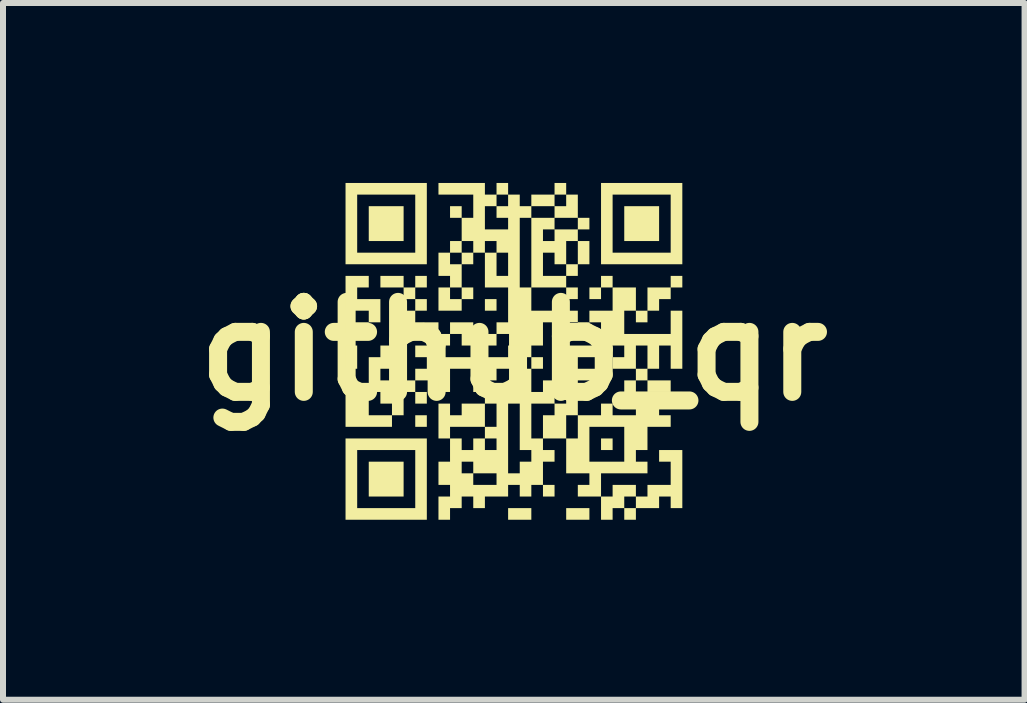
<source format=kicad_pcb>
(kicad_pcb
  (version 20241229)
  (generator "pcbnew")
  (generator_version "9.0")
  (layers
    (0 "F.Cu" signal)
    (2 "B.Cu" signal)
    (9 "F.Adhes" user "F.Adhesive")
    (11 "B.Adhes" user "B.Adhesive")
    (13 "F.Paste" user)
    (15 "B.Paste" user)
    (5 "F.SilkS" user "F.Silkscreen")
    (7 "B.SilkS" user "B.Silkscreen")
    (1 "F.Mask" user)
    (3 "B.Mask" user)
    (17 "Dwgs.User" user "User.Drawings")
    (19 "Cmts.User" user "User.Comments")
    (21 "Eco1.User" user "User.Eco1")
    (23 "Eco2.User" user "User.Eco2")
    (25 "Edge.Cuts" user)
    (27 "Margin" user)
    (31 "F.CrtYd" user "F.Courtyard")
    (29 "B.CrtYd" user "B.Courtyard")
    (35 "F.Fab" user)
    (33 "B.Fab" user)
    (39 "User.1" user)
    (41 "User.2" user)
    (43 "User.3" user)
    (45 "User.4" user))
  (footprint "github_qr"
    (layer "F.Cu")
    (at 5.514 2.804)
    (property "Reference" "github_qr" (at 0 0 0) (layer "F.SilkS") (effects (font (size 1.5 1.5) (thickness 0.3))))
    (attr board_only exclude_from_pos_files exclude_from_bom)
    (fp_poly (pts (xy -2.61 0.1) (xy -2.61 0.293) (xy -2.707 0.293) (xy -2.804 0.293) (xy -2.804 0.1) (xy -2.804 -0.094) (xy -2.707 -0.094) (xy -2.61 -0.094)) (stroke (width 0) (type solid)) (fill yes) (layer "F.SilkS"))
    (fp_poly (pts (xy -1.836 -2.126) (xy -1.836 -1.836) (xy -2.126 -1.836) (xy -2.417 -1.836) (xy -2.417 -2.126) (xy -2.417 -2.417) (xy -2.126 -2.417) (xy -1.836 -2.417)) (stroke (width 0) (type solid)) (fill yes) (layer "F.SilkS"))
    (fp_poly (pts (xy -1.836 2.132) (xy -1.836 2.423) (xy -2.126 2.423) (xy -2.417 2.423) (xy -2.417 2.132) (xy -2.417 1.842) (xy -2.126 1.842) (xy -1.836 1.842)) (stroke (width 0) (type solid)) (fill yes) (layer "F.SilkS"))
    (fp_poly (pts (xy -1.449 0.777) (xy -1.449 0.874) (xy -1.546 0.874) (xy -1.642 0.874) (xy -1.642 0.777) (xy -1.642 0.68) (xy -1.546 0.68) (xy -1.449 0.68)) (stroke (width 0) (type solid)) (fill yes) (layer "F.SilkS"))
    (fp_poly (pts (xy -1.449 1.164) (xy -1.449 1.261) (xy -1.546 1.261) (xy -1.642 1.261) (xy -1.642 1.164) (xy -1.642 1.068) (xy -1.546 1.068) (xy -1.449 1.068)) (stroke (width 0) (type solid)) (fill yes) (layer "F.SilkS"))
    (fp_poly (pts (xy -0.287 -0.771) (xy -0.287 -0.675) (xy -0.384 -0.675) (xy -0.481 -0.675) (xy -0.481 -0.771) (xy -0.481 -0.868) (xy -0.384 -0.868) (xy -0.287 -0.868)) (stroke (width 0) (type solid)) (fill yes) (layer "F.SilkS"))
    (fp_poly (pts (xy 0.293 2.713) (xy 0.293 2.81) (xy 0.1 2.81) (xy -0.094 2.81) (xy -0.094 2.713) (xy -0.094 2.616) (xy 0.1 2.616) (xy 0.293 2.616)) (stroke (width 0) (type solid)) (fill yes) (layer "F.SilkS"))
    (fp_poly (pts (xy 0.487 0.197) (xy 0.487 0.293) (xy 0.39 0.293) (xy 0.293 0.293) (xy 0.293 0.197) (xy 0.293 0.1) (xy 0.39 0.1) (xy 0.487 0.1)) (stroke (width 0) (type solid)) (fill yes) (layer "F.SilkS"))
    (fp_poly (pts (xy 0.68 2.326) (xy 0.68 2.423) (xy 0.584 2.423) (xy 0.487 2.423) (xy 0.487 2.326) (xy 0.487 2.229) (xy 0.584 2.229) (xy 0.68 2.229)) (stroke (width 0) (type solid)) (fill yes) (layer "F.SilkS"))
    (fp_poly (pts (xy 0.874 -0.384) (xy 0.874 -0.287) (xy 0.777 -0.287) (xy 0.68 -0.287) (xy 0.68 -0.384) (xy 0.68 -0.481) (xy 0.777 -0.481) (xy 0.874 -0.481)) (stroke (width 0) (type solid)) (fill yes) (layer "F.SilkS"))
    (fp_poly (pts (xy 1.261 2.713) (xy 1.261 2.81) (xy 1.068 2.81) (xy 0.874 2.81) (xy 0.874 2.713) (xy 0.874 2.616) (xy 1.068 2.616) (xy 1.261 2.616)) (stroke (width 0) (type solid)) (fill yes) (layer "F.SilkS"))
    (fp_poly (pts (xy 1.648 1.552) (xy 1.648 1.648) (xy 1.552 1.648) (xy 1.455 1.648) (xy 1.455 1.552) (xy 1.455 1.455) (xy 1.552 1.455) (xy 1.648 1.455)) (stroke (width 0) (type solid)) (fill yes) (layer "F.SilkS"))
    (fp_poly (pts (xy 2.423 -2.126) (xy 2.423 -1.836) (xy 2.132 -1.836) (xy 1.842 -1.836) (xy 1.842 -2.126) (xy 1.842 -2.417) (xy 2.132 -2.417) (xy 2.423 -2.417)) (stroke (width 0) (type solid)) (fill yes) (layer "F.SilkS"))
    (fp_poly (pts (xy 2.81 0.777) (xy 2.81 0.874) (xy 2.713 0.874) (xy 2.616 0.874) (xy 2.616 0.777) (xy 2.616 0.68) (xy 2.713 0.68) (xy 2.81 0.68)) (stroke (width 0) (type solid)) (fill yes) (layer "F.SilkS"))
    (fp_poly (pts (xy 1.648 -1.159) (xy 1.648 -1.062) (xy 1.552 -1.062) (xy 1.455 -1.062) (xy 1.455 -0.965) (xy 1.455 -0.868) (xy 1.358 -0.868) (xy 1.261 -0.868) (xy 1.261 -0.965) (xy 1.261 -1.062) (xy 1.358 -1.062) (xy 1.455 -1.062) (xy 1.455 -1.159) (xy 1.455 -1.255) (xy 1.552 -1.255) (xy 1.648 -1.255)) (stroke (width 0) (type solid)) (fill yes) (layer "F.SilkS"))
    (fp_poly (pts (xy -1.449 -2.126) (xy -1.449 -1.449) (xy -2.126 -1.449) (xy -2.804 -1.449) (xy -2.804 -2.126) (xy -2.804 -2.61) (xy -2.61 -2.61) (xy -2.61 -2.126) (xy -2.61 -1.642) (xy -2.126 -1.642) (xy -1.642 -1.642) (xy -1.642 -2.126) (xy -1.642 -2.61) (xy -2.126 -2.61) (xy -2.61 -2.61) (xy -2.804 -2.61) (xy -2.804 -2.804) (xy -2.126 -2.804) (xy -1.449 -2.804)) (stroke (width 0) (type solid)) (fill yes) (layer "F.SilkS"))
    (fp_poly (pts (xy -1.449 2.132) (xy -1.449 2.81) (xy -2.126 2.81) (xy -2.804 2.81) (xy -2.804 2.132) (xy -2.804 1.648) (xy -2.61 1.648) (xy -2.61 2.132) (xy -2.61 2.616) (xy -2.126 2.616) (xy -1.642 2.616) (xy -1.642 2.132) (xy -1.642 1.648) (xy -2.126 1.648) (xy -2.61 1.648) (xy -2.804 1.648) (xy -2.804 1.455) (xy -2.126 1.455) (xy -1.449 1.455)) (stroke (width 0) (type solid)) (fill yes) (layer "F.SilkS"))
    (fp_poly (pts (xy 2.81 -2.126) (xy 2.81 -1.449) (xy 2.132 -1.449) (xy 1.455 -1.449) (xy 1.455 -2.126) (xy 1.455 -2.61) (xy 1.648 -2.61) (xy 1.648 -2.126) (xy 1.648 -1.642) (xy 2.132 -1.642) (xy 2.616 -1.642) (xy 2.616 -2.126) (xy 2.616 -2.61) (xy 2.132 -2.61) (xy 1.648 -2.61) (xy 1.455 -2.61) (xy 1.455 -2.804) (xy 2.132 -2.804) (xy 2.81 -2.804)) (stroke (width 0) (type solid)) (fill yes) (layer "F.SilkS"))
    (fp_poly (pts (xy -1.836 -1.159) (xy -1.836 -1.062) (xy -1.739 -1.062) (xy -1.642 -1.062) (xy -1.642 -1.159) (xy -1.642 -1.255) (xy -1.546 -1.255) (xy -1.449 -1.255) (xy -1.449 -1.159) (xy -1.449 -1.062) (xy -1.546 -1.062) (xy -1.642 -1.062) (xy -1.642 -0.965) (xy -1.642 -0.868) (xy -1.739 -0.868) (xy -1.836 -0.868) (xy -1.836 -0.965) (xy -1.836 -1.062) (xy -2.03 -1.062) (xy -2.223 -1.062) (xy -2.223 -1.159) (xy -2.223 -1.255) (xy -2.03 -1.255) (xy -1.836 -1.255)) (stroke (width 0) (type solid)) (fill yes) (layer "F.SilkS"))
    (fp_poly (pts (xy -2.417 -1.159) (xy -2.417 -1.062) (xy -2.514 -1.062) (xy -2.61 -1.062) (xy -2.61 -0.965) (xy -2.61 -0.868) (xy -2.417 -0.868) (xy -2.223 -0.868) (xy -2.223 -0.675) (xy -2.223 -0.481) (xy -2.32 -0.481) (xy -2.417 -0.481) (xy -2.417 -0.384) (xy -2.417 -0.287) (xy -2.61 -0.287) (xy -2.804 -0.287) (xy -2.804 -0.384) (xy -2.804 -0.481) (xy -2.61 -0.481) (xy -2.417 -0.481) (xy -2.417 -0.578) (xy -2.417 -0.675) (xy -2.61 -0.675) (xy -2.804 -0.675) (xy -2.804 -0.965) (xy -2.804 -1.255) (xy -2.61 -1.255) (xy -2.417 -1.255)) (stroke (width 0) (type solid)) (fill yes) (layer "F.SilkS"))
    (fp_poly (pts (xy -0.481 -2.707) (xy -0.481 -2.61) (xy -0.384 -2.61) (xy -0.287 -2.61) (xy -0.287 -2.707) (xy -0.287 -2.804) (xy -0.191 -2.804) (xy -0.094 -2.804) (xy -0.094 -2.707) (xy -0.094 -2.61) (xy -0.191 -2.61) (xy -0.287 -2.61) (xy -0.287 -2.514) (xy -0.287 -2.417) (xy -0.384 -2.417) (xy -0.481 -2.417) (xy -0.481 -2.223) (xy -0.481 -2.03) (xy -0.287 -2.03) (xy -0.094 -2.03) (xy -0.094 -2.126) (xy -0.094 -2.223) (xy -0.191 -2.223) (xy -0.287 -2.223) (xy -0.287 -2.32) (xy -0.287 -2.417) (xy -0.191 -2.417) (xy -0.094 -2.417) (xy -0.094 -2.514) (xy -0.094 -2.61) (xy 0.003 -2.61) (xy 0.1 -2.61) (xy 0.1 -2.514) (xy 0.1 -2.417) (xy 0.197 -2.417) (xy 0.293 -2.417) (xy 0.293 -2.514) (xy 0.293 -2.61) (xy 0.487 -2.61) (xy 0.68 -2.61) (xy 0.68 -2.707) (xy 0.68 -2.804) (xy 0.777 -2.804) (xy 0.874 -2.804) (xy 0.874 -2.707) (xy 0.874 -2.61) (xy 0.777 -2.61) (xy 0.68 -2.61) (xy 0.68 -2.514) (xy 0.68 -2.417) (xy 0.487 -2.417) (xy 0.293 -2.417) (xy 0.293 -2.32) (xy 0.293 -2.223) (xy 0.197 -2.223) (xy 0.1 -2.223) (xy 0.1 -1.642) (xy 0.1 -1.062) (xy 0.197 -1.062) (xy 0.293 -1.062) (xy 0.293 -1.642) (xy 0.293 -2.223) (xy 0.487 -2.223) (xy 0.68 -2.223) (xy 0.68 -2.32) (xy 0.68 -2.417) (xy 0.777 -2.417) (xy 0.874 -2.417) (xy 0.874 -2.514) (xy 0.874 -2.61) (xy 0.971 -2.61) (xy 1.068 -2.61) (xy 1.068 -2.417) (xy 1.068 -2.223) (xy 0.874 -2.223) (xy 0.68 -2.223) (xy 0.68 -2.126) (xy 0.68 -2.03) (xy 0.584 -2.03) (xy 0.487 -2.03) (xy 0.487 -1.933) (xy 0.487 -1.836) (xy 0.584 -1.836) (xy 0.68 -1.836) (xy 0.68 -1.933) (xy 0.68 -2.03) (xy 0.874 -2.03) (xy 1.068 -2.03) (xy 1.068 -2.126) (xy 1.068 -2.223) (xy 1.164 -2.223) (xy 1.261 -2.223) (xy 1.261 -2.126) (xy 1.261 -2.03) (xy 1.164 -2.03) (xy 1.068 -2.03) (xy 1.068 -1.933) (xy 1.068 -1.836) (xy 0.971 -1.836) (xy 0.874 -1.836) (xy 0.874 -1.642) (xy 0.874 -1.449) (xy 0.777 -1.449) (xy 0.68 -1.449) (xy 0.68 -1.546) (xy 0.68 -1.642) (xy 0.584 -1.642) (xy 0.487 -1.642) (xy 0.487 -1.449) (xy 0.487 -1.255) (xy 0.68 -1.255) (xy 0.874 -1.255) (xy 0.874 -1.352) (xy 0.874 -1.449) (xy 0.971 -1.449) (xy 1.068 -1.449) (xy 1.068 -1.642) (xy 1.068 -1.836) (xy 1.164 -1.836) (xy 1.261 -1.836) (xy 1.261 -1.642) (xy 1.261 -1.449) (xy 1.164 -1.449) (xy 1.068 -1.449) (xy 1.068 -1.352) (xy 1.068 -1.255) (xy 0.971 -1.255) (xy 0.874 -1.255) (xy 0.874 -1.159) (xy 0.874 -1.062) (xy 0.584 -1.062) (xy 0.293 -1.062) (xy 0.293 -0.868) (xy 0.293 -0.675) (xy 0.487 -0.675) (xy 0.68 -0.675) (xy 0.68 -0.771) (xy 0.68 -0.868) (xy 0.777 -0.868) (xy 0.874 -0.868) (xy 0.874 -0.965) (xy 0.874 -1.062) (xy 0.971 -1.062) (xy 1.068 -1.062) (xy 1.068 -0.965) (xy 1.068 -0.868) (xy 0.971 -0.868) (xy 0.874 -0.868) (xy 0.874 -0.771) (xy 0.874 -0.675) (xy 0.777 -0.675) (xy 0.68 -0.675) (xy 0.68 -0.578) (xy 0.68 -0.481) (xy 0.584 -0.481) (xy 0.487 -0.481) (xy 0.487 -0.287) (xy 0.487 -0.094) (xy 0.39 -0.094) (xy 0.293 -0.094) (xy 0.293 0.003) (xy 0.293 0.1) (xy 0.197 0.1) (xy 0.1 0.1) (xy 0.1 0.197) (xy 0.1 0.293) (xy -0.094 0.293) (xy -0.287 0.293) (xy -0.287 0.39) (xy -0.287 0.487) (xy -0.384 0.487) (xy -0.481 0.487) (xy -0.481 0.584) (xy -0.481 0.68) (xy -0.191 0.68) (xy 0.1 0.68) (xy 0.1 0.487) (xy 0.1 0.293) (xy 0.197 0.293) (xy 0.293 0.293) (xy 0.293 0.487) (xy 0.293 0.68) (xy 0.39 0.68) (xy 0.487 0.68) (xy 0.487 0.584) (xy 0.487 0.487) (xy 0.584 0.487) (xy 0.68 0.487) (xy 0.68 0.39) (xy 0.68 0.293) (xy 0.777 0.293) (xy 0.874 0.293) (xy 0.874 0.197) (xy 0.874 0.1) (xy 0.777 0.1) (xy 0.68 0.1) (xy 0.68 0.003) (xy 0.68 -0.094) (xy 1.068 -0.094) (xy 1.455 -0.094) (xy 1.455 -0.287) (xy 1.455 -0.481) (xy 1.358 -0.481) (xy 1.261 -0.481) (xy 1.261 -0.384) (xy 1.261 -0.287) (xy 1.164 -0.287) (xy 1.068 -0.287) (xy 1.068 -0.384) (xy 1.068 -0.481) (xy 0.971 -0.481) (xy 0.874 -0.481) (xy 0.874 -0.578) (xy 0.874 -0.675) (xy 0.971 -0.675) (xy 1.068 -0.675) (xy 1.068 -0.578) (xy 1.068 -0.481) (xy 1.164 -0.481) (xy 1.261 -0.481) (xy 1.261 -0.578) (xy 1.261 -0.675) (xy 1.455 -0.675) (xy 1.648 -0.675) (xy 1.648 -0.868) (xy 1.648 -1.062) (xy 1.842 -1.062) (xy 2.036 -1.062) (xy 2.036 -0.868) (xy 2.036 -0.675) (xy 2.132 -0.675) (xy 2.229 -0.675) (xy 2.229 -0.868) (xy 2.229 -1.062) (xy 2.423 -1.062) (xy 2.616 -1.062) (xy 2.616 -1.159) (xy 2.616 -1.255) (xy 2.713 -1.255) (xy 2.81 -1.255) (xy 2.81 -1.159) (xy 2.81 -1.062) (xy 2.713 -1.062) (xy 2.616 -1.062) (xy 2.616 -0.965) (xy 2.616 -0.868) (xy 2.519 -0.868) (xy 2.423 -0.868) (xy 2.423 -0.771) (xy 2.423 -0.675) (xy 2.326 -0.675) (xy 2.229 -0.675) (xy 2.229 -0.578) (xy 2.229 -0.481) (xy 2.132 -0.481) (xy 2.036 -0.481) (xy 2.036 -0.578) (xy 2.036 -0.675) (xy 1.939 -0.675) (xy 1.842 -0.675) (xy 1.842 -0.481) (xy 1.842 -0.287) (xy 2.229 -0.287) (xy 2.616 -0.287) (xy 2.616 -0.481) (xy 2.616 -0.675) (xy 2.713 -0.675) (xy 2.81 -0.675) (xy 2.81 -0.191) (xy 2.81 0.293) (xy 2.713 0.293) (xy 2.616 0.293) (xy 2.616 0.1) (xy 2.616 -0.094) (xy 2.519 -0.094) (xy 2.423 -0.094) (xy 2.423 0.1) (xy 2.423 0.293) (xy 2.326 0.293) (xy 2.229 0.293) (xy 2.229 0.39) (xy 2.229 0.487) (xy 2.132 0.487) (xy 2.036 0.487) (xy 2.036 0.584) (xy 2.036 0.68) (xy 2.132 0.68) (xy 2.229 0.68) (xy 2.229 0.584) (xy 2.229 0.487) (xy 2.423 0.487) (xy 2.616 0.487) (xy 2.616 0.584) (xy 2.616 0.68) (xy 2.423 0.68) (xy 2.229 0.68) (xy 2.229 0.777) (xy 2.229 0.874) (xy 2.326 0.874) (xy 2.423 0.874) (xy 2.423 0.971) (xy 2.423 1.068) (xy 2.519 1.068) (xy 2.616 1.068) (xy 2.616 1.164) (xy 2.616 1.261) (xy 2.423 1.261) (xy 2.229 1.261) (xy 2.229 1.455) (xy 2.229 1.648) (xy 2.132 1.648) (xy 2.036 1.648) (xy 2.036 1.745) (xy 2.036 1.842) (xy 2.132 1.842) (xy 2.229 1.842) (xy 2.229 1.939) (xy 2.229 2.036) (xy 1.842 2.036) (xy 1.455 2.036) (xy 1.455 2.229) (xy 1.455 2.423) (xy 1.552 2.423) (xy 1.648 2.423) (xy 1.842 2.423) (xy 1.842 2.519) (xy 1.842 2.616) (xy 1.939 2.616) (xy 2.036 2.616) (xy 2.036 2.519) (xy 2.036 2.423) (xy 1.939 2.423) (xy 1.842 2.423) (xy 1.648 2.423) (xy 1.648 2.326) (xy 1.648 2.229) (xy 1.842 2.229) (xy 2.036 2.229) (xy 2.036 2.326) (xy 2.036 2.423) (xy 2.132 2.423) (xy 2.229 2.423) (xy 2.229 2.326) (xy 2.229 2.229) (xy 2.423 2.229) (xy 2.616 2.229) (xy 2.616 2.036) (xy 2.616 1.842) (xy 2.519 1.842) (xy 2.423 1.842) (xy 2.423 1.745) (xy 2.423 1.648) (xy 2.616 1.648) (xy 2.81 1.648) (xy 2.81 2.132) (xy 2.81 2.616) (xy 2.713 2.616) (xy 2.616 2.616) (xy 2.616 2.519) (xy 2.616 2.423) (xy 2.519 2.423) (xy 2.423 2.423) (xy 2.423 2.519) (xy 2.423 2.616) (xy 2.229 2.616) (xy 2.036 2.616) (xy 2.036 2.713) (xy 2.036 2.81) (xy 1.939 2.81) (xy 1.842 2.81) (xy 1.842 2.713) (xy 1.842 2.616) (xy 1.745 2.616) (xy 1.648 2.616) (xy 1.648 2.713) (xy 1.648 2.81) (xy 1.552 2.81) (xy 1.455 2.81) (xy 1.455 2.616) (xy 1.455 2.423) (xy 1.261 2.423) (xy 1.068 2.423) (xy 1.068 2.326) (xy 1.068 2.229) (xy 1.164 2.229) (xy 1.261 2.229) (xy 1.261 2.132) (xy 1.261 2.036) (xy 1.068 2.036) (xy 0.874 2.036) (xy 0.874 1.745) (xy 0.874 1.455) (xy 0.971 1.455) (xy 1.068 1.455) (xy 1.068 1.261) (xy 1.261 1.261) (xy 1.261 1.552) (xy 1.261 1.842) (xy 1.552 1.842) (xy 1.842 1.842) (xy 1.842 1.552) (xy 1.842 1.261) (xy 1.552 1.261) (xy 1.261 1.261) (xy 1.068 1.261) (xy 1.068 1.068) (xy 1.261 1.068) (xy 1.455 1.068) (xy 1.455 0.971) (xy 1.455 0.874) (xy 1.552 0.874) (xy 1.648 0.874) (xy 1.648 0.971) (xy 1.648 1.068) (xy 1.842 1.068) (xy 2.036 1.068) (xy 2.036 0.971) (xy 2.036 0.874) (xy 1.939 0.874) (xy 1.842 0.874) (xy 1.842 0.68) (xy 1.842 0.487) (xy 1.939 0.487) (xy 2.036 0.487) (xy 2.036 0.39) (xy 2.036 0.293) (xy 2.132 0.293) (xy 2.229 0.293) (xy 2.229 0.1) (xy 2.229 -0.094) (xy 2.132 -0.094) (xy 2.036 -0.094) (xy 2.036 0.1) (xy 2.036 0.293) (xy 1.842 0.293) (xy 1.648 0.293) (xy 1.648 0.197) (xy 1.648 0.1) (xy 1.745 0.1) (xy 1.842 0.1) (xy 1.842 0.003) (xy 1.842 -0.094) (xy 1.745 -0.094) (xy 1.648 -0.094) (xy 1.648 0.003) (xy 1.648 0.1) (xy 1.358 0.1) (xy 1.068 0.1) (xy 1.068 0.197) (xy 1.068 0.293) (xy 1.261 0.293) (xy 1.455 0.293) (xy 1.455 0.39) (xy 1.455 0.487) (xy 1.261 0.487) (xy 1.068 0.487) (xy 1.068 0.777) (xy 1.068 1.068) (xy 0.971 1.068) (xy 0.874 1.068) (xy 0.874 1.261) (xy 0.874 1.455) (xy 0.68 1.455) (xy 0.487 1.455) (xy 0.487 1.552) (xy 0.487 1.648) (xy 0.584 1.648) (xy 0.68 1.648) (xy 0.68 1.745) (xy 0.68 1.842) (xy 0.584 1.842) (xy 0.487 1.842) (xy 0.487 2.036) (xy 0.487 2.229) (xy 0.39 2.229) (xy 0.293 2.229) (xy 0.293 2.326) (xy 0.293 2.423) (xy 0.197 2.423) (xy 0.1 2.423) (xy 0.1 2.326) (xy 0.1 2.229) (xy 0.003 2.229) (xy -0.094 2.229) (xy -0.094 2.326) (xy -0.094 2.423) (xy -0.287 2.423) (xy -0.481 2.423) (xy -0.481 2.519) (xy -0.481 2.616) (xy -0.578 2.616) (xy -0.675 2.616) (xy -0.675 2.519) (xy -0.675 2.423) (xy -0.771 2.423) (xy -0.868 2.423) (xy -0.868 2.519) (xy -0.868 2.616) (xy -0.965 2.616) (xy -1.062 2.616) (xy -1.062 2.713) (xy -1.062 2.81) (xy -1.159 2.81) (xy -1.255 2.81) (xy -1.255 2.616) (xy -1.255 2.423) (xy -1.159 2.423) (xy -1.062 2.423) (xy -1.062 2.326) (xy -1.062 2.229) (xy -1.159 2.229) (xy -1.255 2.229) (xy -1.255 2.036) (xy -1.255 1.842) (xy -1.159 1.842) (xy -1.062 1.842) (xy -0.868 1.842) (xy -0.868 1.939) (xy -0.868 2.036) (xy -0.771 2.036) (xy -0.675 2.036) (xy -0.675 2.132) (xy -0.675 2.229) (xy -0.481 2.229) (xy -0.287 2.229) (xy -0.287 2.132) (xy -0.287 2.036) (xy -0.481 2.036) (xy -0.675 2.036) (xy -0.675 1.939) (xy -0.675 1.842) (xy -0.771 1.842) (xy -0.868 1.842) (xy -1.062 1.842) (xy -1.062 1.648) (xy -1.062 1.455) (xy -0.965 1.455) (xy -0.868 1.455) (xy -0.868 1.552) (xy -0.868 1.648) (xy -0.771 1.648) (xy -0.675 1.648) (xy -0.675 1.552) (xy -0.675 1.455) (xy -0.578 1.455) (xy -0.481 1.455) (xy -0.481 1.552) (xy -0.481 1.648) (xy -0.384 1.648) (xy -0.287 1.648) (xy -0.287 1.552) (xy -0.287 1.455) (xy -0.384 1.455) (xy -0.481 1.455) (xy -0.481 1.358) (xy -0.481 1.261) (xy -0.384 1.261) (xy -0.287 1.261) (xy -0.287 1.068) (xy -0.287 0.874) (xy -0.094 0.874) (xy -0.094 1.455) (xy -0.094 2.036) (xy 0.003 2.036) (xy 0.1 2.036) (xy 0.1 1.939) (xy 0.1 1.842) (xy 0.197 1.842) (xy 0.293 1.842) (xy 0.293 1.745) (xy 0.293 1.648) (xy 0.197 1.648) (xy 0.1 1.648) (xy 0.1 1.455) (xy 0.293 1.455) (xy 0.39 1.455) (xy 0.487 1.455) (xy 0.487 1.261) (xy 0.487 1.068) (xy 0.584 1.068) (xy 0.68 1.068) (xy 0.68 0.971) (xy 0.68 0.874) (xy 0.777 0.874) (xy 0.874 0.874) (xy 0.874 0.68) (xy 0.874 0.487) (xy 0.777 0.487) (xy 0.68 0.487) (xy 0.68 0.68) (xy 0.68 0.874) (xy 0.487 0.874) (xy 0.293 0.874) (xy 0.293 1.164) (xy 0.293 1.455) (xy 0.1 1.455) (xy 0.1 1.261) (xy 0.1 0.874) (xy 0.003 0.874) (xy -0.094 0.874) (xy -0.287 0.874) (xy -0.384 0.874) (xy -0.481 0.874) (xy -0.481 1.068) (xy -0.481 1.261) (xy -0.771 1.261) (xy -1.062 1.261) (xy -1.062 1.358) (xy -1.062 1.455) (xy -1.159 1.455) (xy -1.255 1.455) (xy -1.255 1.164) (xy -1.255 0.874) (xy -1.159 0.874) (xy -1.062 0.874) (xy -1.062 0.971) (xy -1.062 1.068) (xy -0.965 1.068) (xy -0.868 1.068) (xy -0.868 0.971) (xy -0.868 0.874) (xy -0.675 0.874) (xy -0.481 0.874) (xy -0.481 0.777) (xy -0.481 0.68) (xy -0.578 0.68) (xy -0.675 0.68) (xy -0.675 0.487) (xy -0.675 0.293) (xy -0.868 0.293) (xy -1.062 0.293) (xy -1.062 0.487) (xy -1.062 0.68) (xy -1.159 0.68) (xy -1.255 0.68) (xy -1.255 0.584) (xy -1.255 0.487) (xy -1.449 0.487) (xy -1.642 0.487) (xy -1.642 0.584) (xy -1.642 0.68) (xy -1.739 0.68) (xy -1.836 0.68) (xy -1.836 0.874) (xy -1.836 1.068) (xy -1.933 1.068) (xy -2.03 1.068) (xy -2.03 1.164) (xy -2.03 1.261) (xy -2.417 1.261) (xy -2.804 1.261) (xy -2.804 0.874) (xy -2.804 0.487) (xy -2.707 0.487) (xy -2.61 0.487) (xy -2.61 0.584) (xy -2.61 0.68) (xy -2.514 0.68) (xy -2.417 0.68) (xy -2.417 0.874) (xy -2.417 1.068) (xy -2.223 1.068) (xy -2.03 1.068) (xy -2.03 0.971) (xy -2.03 0.874) (xy -2.126 0.874) (xy -2.223 0.874) (xy -2.223 0.777) (xy -2.223 0.68) (xy -2.32 0.68) (xy -2.417 0.68) (xy -2.417 0.487) (xy -2.223 0.487) (xy -2.126 0.487) (xy -2.03 0.487) (xy -2.03 0.39) (xy -2.03 0.293) (xy -1.933 0.293) (xy -1.836 0.293) (xy -1.836 0.39) (xy -1.836 0.487) (xy -1.739 0.487) (xy -1.642 0.487) (xy -1.642 0.39) (xy -1.642 0.293) (xy -1.546 0.293) (xy -1.449 0.293) (xy -1.449 0.197) (xy -1.449 0.1) (xy -1.546 0.1) (xy -1.642 0.1) (xy -1.642 0.003) (xy -1.642 -0.094) (xy -1.546 -0.094) (xy -1.449 -0.094) (xy -1.449 -0.191) (xy -1.449 -0.287) (xy -1.642 -0.287) (xy -1.836 -0.287) (xy -1.836 -0.094) (xy -1.836 0.1) (xy -1.933 0.1) (xy -2.03 0.1) (xy -2.03 0.197) (xy -2.03 0.293) (xy -2.126 0.293) (xy -2.223 0.293) (xy -2.223 0.39) (xy -2.223 0.487) (xy -2.417 0.487) (xy -2.417 0.39) (xy -2.417 0.1) (xy -2.32 0.1) (xy -2.223 0.1) (xy -2.223 0.003) (xy -2.223 -0.094) (xy -2.126 -0.094) (xy -2.03 -0.094) (xy -2.03 -0.384) (xy -2.03 -0.675) (xy -1.836 -0.675) (xy -1.642 -0.675) (xy -1.642 -0.771) (xy -1.642 -0.868) (xy -1.546 -0.868) (xy -1.449 -0.868) (xy -1.449 -0.771) (xy -1.449 -0.675) (xy -1.546 -0.675) (xy -1.642 -0.675) (xy -1.642 -0.578) (xy -1.642 -0.481) (xy -1.449 -0.481) (xy -1.255 -0.481) (xy -1.255 -0.384) (xy -1.255 -0.287) (xy -1.159 -0.287) (xy -1.062 -0.287) (xy -1.062 -0.384) (xy -1.062 -0.481) (xy -0.868 -0.481) (xy -0.675 -0.481) (xy -0.675 -0.287) (xy -0.675 -0.094) (xy -0.771 -0.094) (xy -0.868 -0.094) (xy -0.868 -0.191) (xy -0.868 -0.287) (xy -0.965 -0.287) (xy -1.062 -0.287) (xy -1.062 -0.191) (xy -1.062 -0.094) (xy -1.159 -0.094) (xy -1.255 -0.094) (xy -1.255 0.003) (xy -1.255 0.1) (xy -0.965 0.1) (xy -0.675 0.1) (xy -0.675 0.197) (xy -0.675 0.293) (xy -0.578 0.293) (xy -0.481 0.293) (xy -0.481 0.197) (xy -0.481 0.1) (xy -0.287 0.1) (xy -0.094 0.1) (xy -0.094 0.003) (xy -0.094 -0.094) (xy 0.003 -0.094) (xy 0.1 -0.094) (xy 0.1 -0.191) (xy 0.1 -0.287) (xy -0.094 -0.287) (xy -0.287 -0.287) (xy -0.287 -0.191) (xy -0.287 -0.094) (xy -0.384 -0.094) (xy -0.481 -0.094) (xy -0.481 -0.191) (xy -0.481 -0.287) (xy -0.384 -0.287) (xy -0.287 -0.287) (xy -0.287 -0.384) (xy -0.287 -0.481) (xy -0.191 -0.481) (xy -0.094 -0.481) (xy -0.094 -0.771) (xy -0.094 -1.062) (xy -0.287 -1.062) (xy -0.481 -1.062) (xy -0.481 -1.352) (xy -0.481 -1.642) (xy -0.578 -1.642) (xy -0.675 -1.642) (xy -0.675 -1.546) (xy -0.675 -1.449) (xy -0.771 -1.449) (xy -0.868 -1.449) (xy -0.868 -1.255) (xy -0.868 -1.062) (xy -0.965 -1.062) (xy -1.062 -1.062) (xy -1.062 -0.965) (xy -1.062 -0.868) (xy -0.965 -0.868) (xy -0.868 -0.868) (xy -0.868 -0.965) (xy -0.868 -1.062) (xy -0.771 -1.062) (xy -0.675 -1.062) (xy -0.675 -0.965) (xy -0.675 -0.868) (xy -0.771 -0.868) (xy -0.868 -0.868) (xy -0.868 -0.771) (xy -0.868 -0.675) (xy -1.062 -0.675) (xy -1.255 -0.675) (xy -1.255 -0.868) (xy -1.255 -1.062) (xy -1.159 -1.062) (xy -1.062 -1.062) (xy -1.062 -1.159) (xy -1.062 -1.255) (xy -1.159 -1.255) (xy -1.255 -1.255) (xy -1.255 -1.449) (xy -1.062 -1.449) (xy -0.965 -1.449) (xy -0.868 -1.449) (xy -0.868 -1.546) (xy -0.868 -1.642) (xy -0.771 -1.642) (xy -0.675 -1.642) (xy -0.675 -1.739) (xy -0.675 -1.836) (xy -0.481 -1.836) (xy -0.481 -1.739) (xy -0.481 -1.642) (xy -0.384 -1.642) (xy -0.287 -1.642) (xy -0.287 -1.449) (xy -0.287 -1.255) (xy -0.191 -1.255) (xy -0.094 -1.255) (xy -0.094 -1.449) (xy -0.094 -1.642) (xy -0.191 -1.642) (xy -0.287 -1.642) (xy -0.287 -1.739) (xy -0.287 -1.836) (xy -0.384 -1.836) (xy -0.481 -1.836) (xy -0.675 -1.836) (xy -0.771 -1.836) (xy -0.868 -1.836) (xy -0.868 -1.739) (xy -0.868 -1.642) (xy -0.965 -1.642) (xy -1.062 -1.642) (xy -1.062 -1.546) (xy -1.062 -1.449) (xy -1.255 -1.449) (xy -1.255 -1.642) (xy -1.159 -1.642) (xy -1.062 -1.642) (xy -1.062 -1.739) (xy -1.062 -1.836) (xy -0.965 -1.836) (xy -0.868 -1.836) (xy -0.868 -2.03) (xy -0.868 -2.223) (xy -0.965 -2.223) (xy -1.062 -2.223) (xy -1.062 -2.32) (xy -1.062 -2.417) (xy -0.965 -2.417) (xy -0.868 -2.417) (xy -0.868 -2.32) (xy -0.868 -2.223) (xy -0.771 -2.223) (xy -0.675 -2.223) (xy -0.675 -2.417) (xy -0.675 -2.61) (xy -0.965 -2.61) (xy -1.255 -2.61) (xy -1.255 -2.707) (xy -1.255 -2.804) (xy -0.868 -2.804) (xy -0.481 -2.804)) (stroke (width 0) (type solid)) (fill yes) (layer "F.SilkS")))
  (gr_rect
    (start -3 -3)
    (end 14.029 8.614)
    (stroke (width 0.1) (type default))
    (fill no)
    (layer "Edge.Cuts")))
</source>
